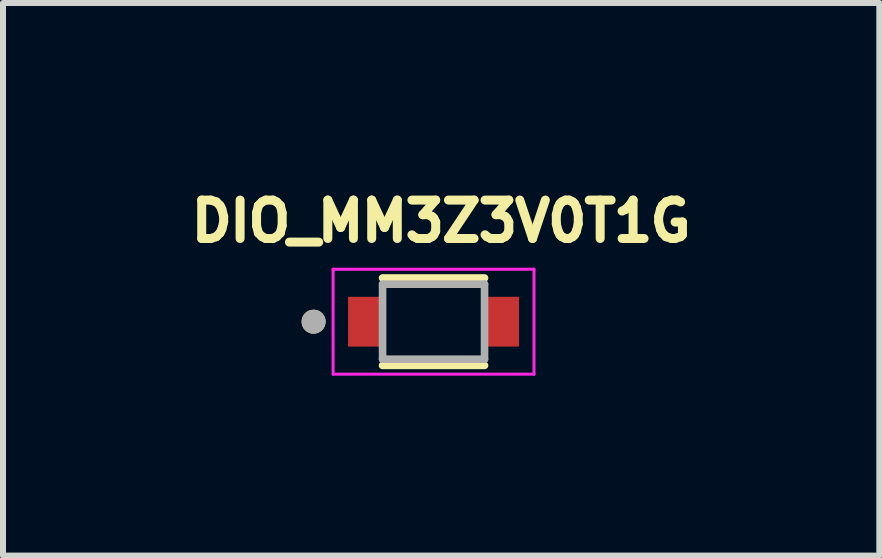
<source format=kicad_pcb>
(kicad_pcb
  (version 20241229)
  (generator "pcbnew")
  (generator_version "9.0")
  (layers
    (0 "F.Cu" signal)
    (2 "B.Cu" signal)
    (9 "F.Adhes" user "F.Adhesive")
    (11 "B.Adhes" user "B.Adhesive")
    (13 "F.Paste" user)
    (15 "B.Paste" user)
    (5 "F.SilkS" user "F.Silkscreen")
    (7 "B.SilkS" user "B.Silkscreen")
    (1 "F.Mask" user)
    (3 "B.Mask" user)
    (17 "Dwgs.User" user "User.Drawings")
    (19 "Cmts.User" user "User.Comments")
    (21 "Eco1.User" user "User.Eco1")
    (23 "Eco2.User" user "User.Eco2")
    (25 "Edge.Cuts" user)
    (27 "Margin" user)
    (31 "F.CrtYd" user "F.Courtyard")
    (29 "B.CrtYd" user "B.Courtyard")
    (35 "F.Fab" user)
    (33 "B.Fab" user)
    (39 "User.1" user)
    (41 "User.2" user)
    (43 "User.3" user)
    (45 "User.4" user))
  (footprint "DIO_MM3Z3V0T1G"
    (layer "F.Cu")
    (at 4.179 2.314)
    (property "Reference" "DIO_MM3Z3V0T1G" (at 0.127 -1.676 0) (layer "F.SilkS") (effects (font (size 0.64 0.64) (thickness 0.15))))
    (attr smd)
    (fp_line (start -0.85 -0.729) (end 0.85 -0.729) (stroke (width 0.127) (type solid)) (layer "F.SilkS"))
    (fp_line (start 0.85 0.729) (end -0.85 0.729) (stroke (width 0.127) (type solid)) (layer "F.SilkS"))
    (fp_circle (center -2 0) (end -1.9 0) (stroke (width 0.2) (type solid)) (fill no) (layer "F.SilkS"))
    (fp_line (start -1.675 -0.875) (end 1.675 -0.875) (stroke (width 0.05) (type solid)) (layer "F.CrtYd"))
    (fp_line (start -1.675 0.875) (end -1.675 -0.875) (stroke (width 0.05) (type solid)) (layer "F.CrtYd"))
    (fp_line (start 1.675 -0.875) (end 1.675 0.875) (stroke (width 0.05) (type solid)) (layer "F.CrtYd"))
    (fp_line (start 1.675 0.875) (end -1.675 0.875) (stroke (width 0.05) (type solid)) (layer "F.CrtYd"))
    (fp_line (start -0.85 -0.625) (end 0.85 -0.625) (stroke (width 0.127) (type solid)) (layer "F.Fab"))
    (fp_line (start -0.85 0.625) (end -0.85 -0.625) (stroke (width 0.127) (type solid)) (layer "F.Fab"))
    (fp_line (start 0.85 -0.625) (end 0.85 0.625) (stroke (width 0.127) (type solid)) (layer "F.Fab"))
    (fp_line (start 0.85 0.625) (end -0.85 0.625) (stroke (width 0.127) (type solid)) (layer "F.Fab"))
    (fp_circle (center -2 0) (end -1.9 0) (stroke (width 0.2) (type solid)) (fill no) (layer "F.Fab"))
    (pad "A" smd rect (at 1.113 0) (size 0.625 0.83) (layers "F.Cu" "F.Mask" "F.Paste"))
    (pad "K" smd rect (at -1.113 0) (size 0.625 0.83) (layers "F.Cu" "F.Mask" "F.Paste")))
  (gr_rect
    (start -3 -3)
    (end 11.612 6.214)
    (stroke (width 0.1) (type default))
    (fill no)
    (layer "Edge.Cuts")))
</source>
